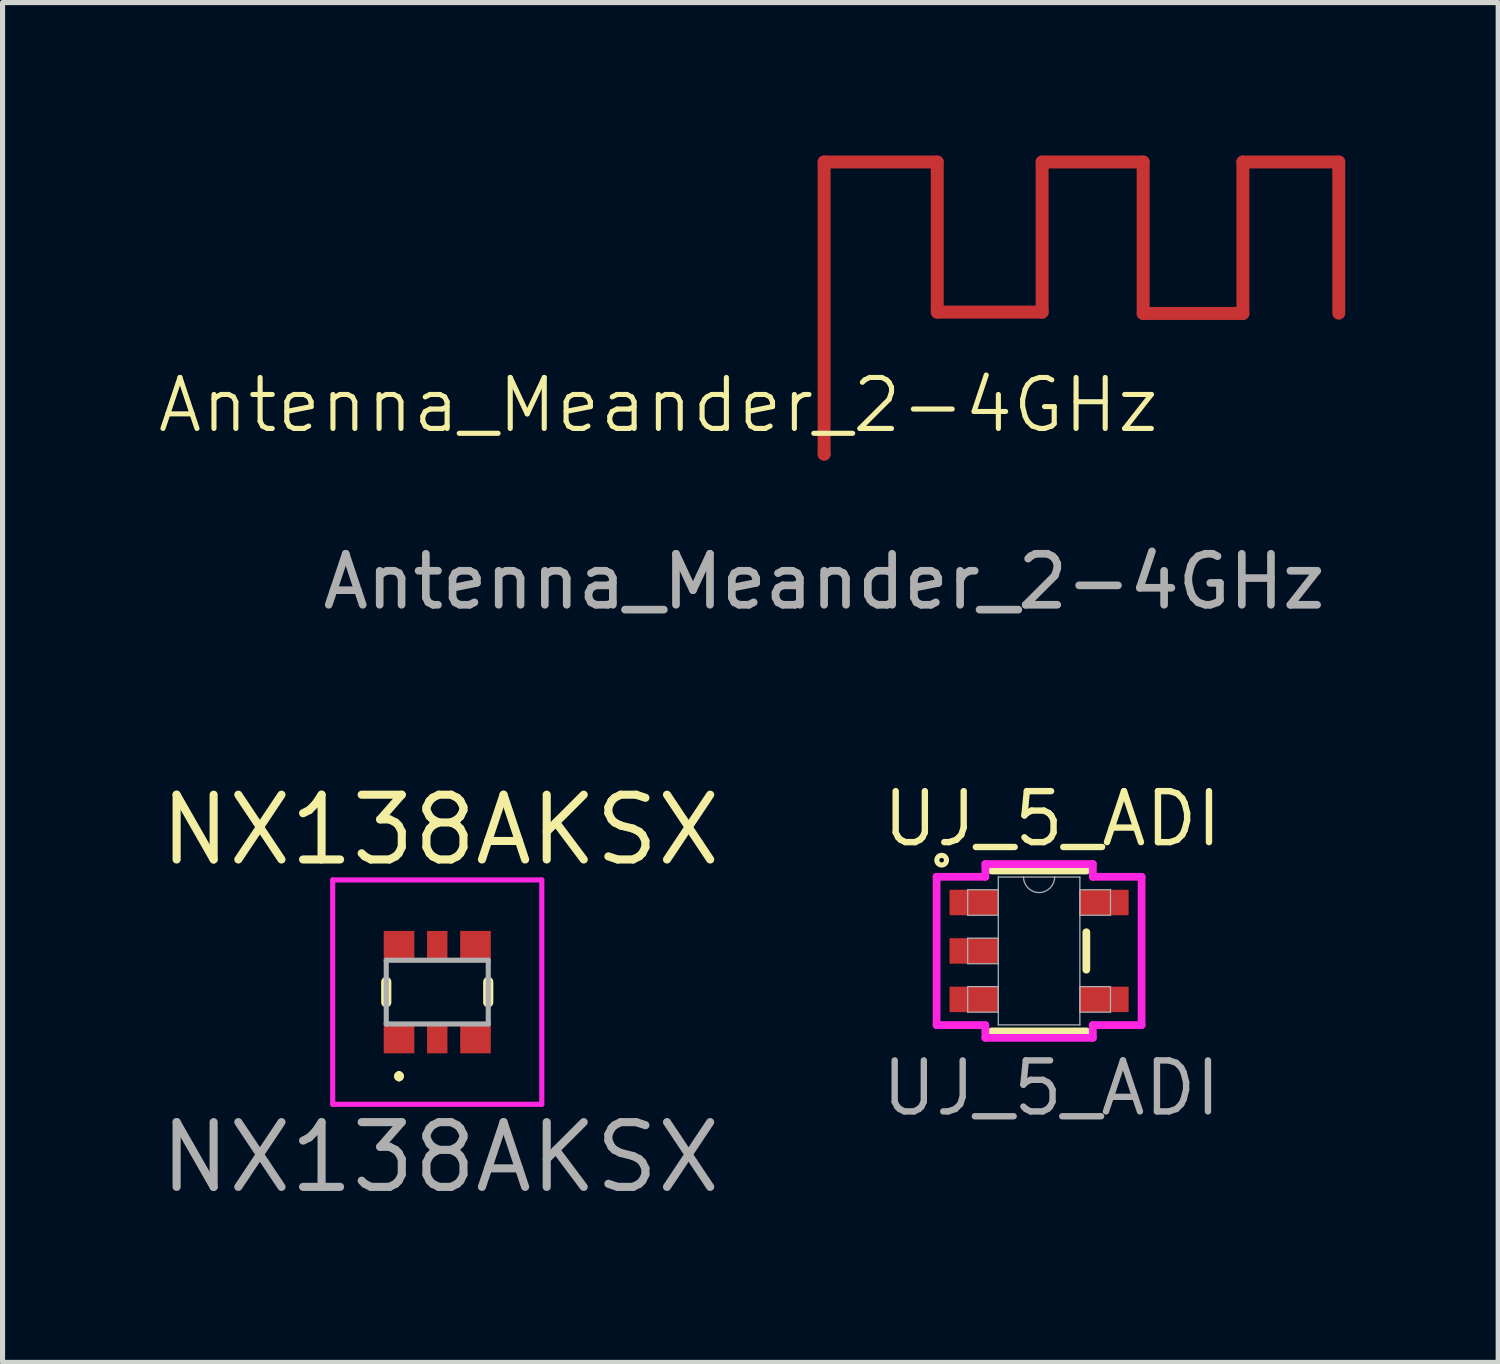
<source format=kicad_pcb>
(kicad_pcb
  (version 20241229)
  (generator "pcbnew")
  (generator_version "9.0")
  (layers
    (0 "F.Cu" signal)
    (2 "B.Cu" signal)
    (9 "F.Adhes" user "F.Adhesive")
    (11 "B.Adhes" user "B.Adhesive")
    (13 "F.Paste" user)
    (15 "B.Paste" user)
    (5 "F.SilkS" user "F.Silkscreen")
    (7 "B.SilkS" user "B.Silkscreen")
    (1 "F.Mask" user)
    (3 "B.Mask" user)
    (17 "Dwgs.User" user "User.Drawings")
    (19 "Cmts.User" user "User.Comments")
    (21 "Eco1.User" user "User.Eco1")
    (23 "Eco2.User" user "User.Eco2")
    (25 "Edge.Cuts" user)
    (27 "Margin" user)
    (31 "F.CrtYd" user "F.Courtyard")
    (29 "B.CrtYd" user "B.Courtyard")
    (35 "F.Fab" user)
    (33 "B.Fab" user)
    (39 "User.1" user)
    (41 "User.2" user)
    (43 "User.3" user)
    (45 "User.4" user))
  (footprint "UJ_5_ADI"
    (layer "F.Cu")
    (at 17.325 15.597)
    (property "Reference" "UJ_5_ADI" (at 0.26 -2.59 0) (unlocked yes) (layer "F.SilkS") (effects (font (size 1 1) (thickness 0.125))))
    (attr smd)
    (fp_line (start -0.927 1.577) (end 0.927 1.577) (stroke (width 0.152) (type solid)) (layer "F.SilkS"))
    (fp_line (start 0.927 -1.577) (end -0.927 -1.577) (stroke (width 0.152) (type solid)) (layer "F.SilkS"))
    (fp_line (start 0.927 0.367) (end 0.927 -0.367) (stroke (width 0.152) (type solid)) (layer "F.SilkS"))
    (fp_circle (center -1.91 -1.78) (end -1.87 -1.8) (stroke (width 0.1) (type default)) (fill no) (layer "F.SilkS"))
    (fp_line (start -2.01 -1.454) (end -1.054 -1.454) (stroke (width 0.152) (type solid)) (layer "F.CrtYd"))
    (fp_line (start -2.01 1.454) (end -2.01 -1.454) (stroke (width 0.152) (type solid)) (layer "F.CrtYd"))
    (fp_line (start -1.054 -1.704) (end 1.054 -1.704) (stroke (width 0.152) (type solid)) (layer "F.CrtYd"))
    (fp_line (start -1.054 -1.454) (end -1.054 -1.704) (stroke (width 0.152) (type solid)) (layer "F.CrtYd"))
    (fp_line (start -1.054 1.454) (end -2.01 1.454) (stroke (width 0.152) (type solid)) (layer "F.CrtYd"))
    (fp_line (start -1.054 1.704) (end -1.054 1.454) (stroke (width 0.152) (type solid)) (layer "F.CrtYd"))
    (fp_line (start 1.054 -1.704) (end 1.054 -1.454) (stroke (width 0.152) (type solid)) (layer "F.CrtYd"))
    (fp_line (start 1.054 -1.454) (end 2.01 -1.454) (stroke (width 0.152) (type solid)) (layer "F.CrtYd"))
    (fp_line (start 1.054 1.454) (end 1.054 1.704) (stroke (width 0.152) (type solid)) (layer "F.CrtYd"))
    (fp_line (start 1.054 1.704) (end -1.054 1.704) (stroke (width 0.152) (type solid)) (layer "F.CrtYd"))
    (fp_line (start 2.01 -1.454) (end 2.01 1.454) (stroke (width 0.152) (type solid)) (layer "F.CrtYd"))
    (fp_line (start 2.01 1.454) (end 1.054 1.454) (stroke (width 0.152) (type solid)) (layer "F.CrtYd"))
    (fp_line (start -1.4 -1.2) (end -1.4 -0.7) (stroke (width 0.025) (type solid)) (layer "F.Fab"))
    (fp_line (start -1.4 -0.7) (end -0.8 -0.7) (stroke (width 0.025) (type solid)) (layer "F.Fab"))
    (fp_line (start -1.4 -0.25) (end -1.4 0.25) (stroke (width 0.025) (type solid)) (layer "F.Fab"))
    (fp_line (start -1.4 0.25) (end -0.8 0.25) (stroke (width 0.025) (type solid)) (layer "F.Fab"))
    (fp_line (start -1.4 0.7) (end -1.4 1.2) (stroke (width 0.025) (type solid)) (layer "F.Fab"))
    (fp_line (start -1.4 1.2) (end -0.8 1.2) (stroke (width 0.025) (type solid)) (layer "F.Fab"))
    (fp_line (start -0.8 -1.45) (end -0.8 1.45) (stroke (width 0.025) (type solid)) (layer "F.Fab"))
    (fp_line (start -0.8 -1.2) (end -1.4 -1.2) (stroke (width 0.025) (type solid)) (layer "F.Fab"))
    (fp_line (start -0.8 -0.7) (end -0.8 -1.2) (stroke (width 0.025) (type solid)) (layer "F.Fab"))
    (fp_line (start -0.8 -0.25) (end -1.4 -0.25) (stroke (width 0.025) (type solid)) (layer "F.Fab"))
    (fp_line (start -0.8 0.25) (end -0.8 -0.25) (stroke (width 0.025) (type solid)) (layer "F.Fab"))
    (fp_line (start -0.8 0.7) (end -1.4 0.7) (stroke (width 0.025) (type solid)) (layer "F.Fab"))
    (fp_line (start -0.8 1.2) (end -0.8 0.7) (stroke (width 0.025) (type solid)) (layer "F.Fab"))
    (fp_line (start -0.8 1.45) (end 0.8 1.45) (stroke (width 0.025) (type solid)) (layer "F.Fab"))
    (fp_line (start 0.8 -1.45) (end -0.8 -1.45) (stroke (width 0.025) (type solid)) (layer "F.Fab"))
    (fp_line (start 0.8 -1.2) (end 0.8 -0.7) (stroke (width 0.025) (type solid)) (layer "F.Fab"))
    (fp_line (start 0.8 -0.7) (end 1.4 -0.7) (stroke (width 0.025) (type solid)) (layer "F.Fab"))
    (fp_line (start 0.8 0.7) (end 0.8 1.2) (stroke (width 0.025) (type solid)) (layer "F.Fab"))
    (fp_line (start 0.8 1.2) (end 1.4 1.2) (stroke (width 0.025) (type solid)) (layer "F.Fab"))
    (fp_line (start 0.8 1.45) (end 0.8 -1.45) (stroke (width 0.025) (type solid)) (layer "F.Fab"))
    (fp_line (start 1.4 -1.2) (end 0.8 -1.2) (stroke (width 0.025) (type solid)) (layer "F.Fab"))
    (fp_line (start 1.4 -0.7) (end 1.4 -1.2) (stroke (width 0.025) (type solid)) (layer "F.Fab"))
    (fp_line (start 1.4 0.7) (end 0.8 0.7) (stroke (width 0.025) (type solid)) (layer "F.Fab"))
    (fp_line (start 1.4 1.2) (end 1.4 0.7) (stroke (width 0.025) (type solid)) (layer "F.Fab"))
    (fp_arc (start 0.3048 -1.45) (mid 0 -1.1452) (end -0.3048 -1.45) (stroke (width 0.0254) (type solid)) (layer "F.Fab"))
    (fp_text user "${REFERENCE}" (at 0.24 2.69 0) (unlocked yes) (layer "F.Fab") (effects (font (size 1 1) (thickness 0.125))))
    (pad "1" smd rect (at -1.278 -0.95) (size 0.956 0.5) (layers "F.Cu" "F.Mask" "F.Paste"))
    (pad "2" smd rect (at -1.278 0) (size 0.956 0.5) (layers "F.Cu" "F.Mask" "F.Paste"))
    (pad "3" smd rect (at -1.278 0.95) (size 0.956 0.5) (layers "F.Cu" "F.Mask" "F.Paste"))
    (pad "4" smd rect (at 1.278 0.95) (size 0.956 0.5) (layers "F.Cu" "F.Mask" "F.Paste"))
    (pad "5" smd rect (at 1.278 -0.95) (size 0.956 0.5) (layers "F.Cu" "F.Mask" "F.Paste")))
  (footprint "Antenna_Meander_2-4GHz"
    (layer "F.Cu")
    (at 13.11 5.854)
    (property "Reference" "Antenna_Meander_2-4GHz" (at -3.25 -0.96 0) (unlocked yes) (layer "F.SilkS") (effects (font (size 1 1) (thickness 0.1))))
    (attr smd)
    (fp_line (start 0 -5.727) (end 2.218 -5.727) (stroke (width 0.254) (type solid)) (layer "F.Cu"))
    (fp_line (start 0 0) (end 0 -5.727) (stroke (width 0.254) (type solid)) (layer "F.Cu"))
    (fp_line (start 2.218 -2.784) (end 2.218 -5.727) (stroke (width 0.254) (type solid)) (layer "F.Cu"))
    (fp_line (start 2.218 -2.784) (end 4.275 -2.784) (stroke (width 0.254) (type solid)) (layer "F.Cu"))
    (fp_line (start 4.275 -5.727) (end 6.256 -5.727) (stroke (width 0.254) (type solid)) (layer "F.Cu"))
    (fp_line (start 4.275 -2.784) (end 4.275 -5.727) (stroke (width 0.254) (type solid)) (layer "F.Cu"))
    (fp_line (start 6.256 -2.758) (end 6.256 -5.727) (stroke (width 0.254) (type solid)) (layer "F.Cu"))
    (fp_line (start 6.256 -2.758) (end 8.212 -2.758) (stroke (width 0.254) (type solid)) (layer "F.Cu"))
    (fp_line (start 8.212 -5.727) (end 10.092 -5.727) (stroke (width 0.254) (type solid)) (layer "F.Cu"))
    (fp_line (start 8.212 -2.758) (end 8.212 -5.727) (stroke (width 0.254) (type solid)) (layer "F.Cu"))
    (fp_line (start 10.092 -2.763) (end 10.092 -5.727) (stroke (width 0.254) (type solid)) (layer "F.Cu"))
    (fp_text user "${REFERENCE}" (at 0 2.5 0) (unlocked yes) (layer "F.Fab") (effects (font (size 1 1) (thickness 0.15))))
    (pad "1" smd circle (at 0 0 270) (size 0.254 0.254) (layers "F.Cu" "F.Mask" "F.Paste")))
  (footprint "NX138AKSX"
    (layer "F.Cu")
    (at 5.524 16.404)
    (property "Reference" "NX138AKSX" (at 0.06 -3.18 0) (layer "F.SilkS") (effects (font (size 1.27 1.27) (thickness 0.159))))
    (attr smd)
    (fp_line (start -1 -0.2) (end -1 0.2) (stroke (width 0.2) (type solid)) (layer "F.SilkS"))
    (fp_line (start -0.75 1.6) (end -0.75 1.6) (stroke (width 0.1) (type solid)) (layer "F.SilkS"))
    (fp_line (start -0.75 1.7) (end -0.75 1.7) (stroke (width 0.1) (type solid)) (layer "F.SilkS"))
    (fp_line (start 1 -0.2) (end 1 0.2) (stroke (width 0.2) (type solid)) (layer "F.SilkS"))
    (fp_arc (start -0.75 1.6) (mid -0.7 1.65) (end -0.75 1.7) (stroke (width 0.1) (type solid)) (layer "F.SilkS"))
    (fp_arc (start -0.75 1.7) (mid -0.8 1.65) (end -0.75 1.6) (stroke (width 0.1) (type solid)) (layer "F.SilkS"))
    (fp_line (start -2.05 -2.2) (end 2.05 -2.2) (stroke (width 0.1) (type solid)) (layer "F.CrtYd"))
    (fp_line (start -2.05 2.2) (end -2.05 -2.2) (stroke (width 0.1) (type solid)) (layer "F.CrtYd"))
    (fp_line (start 2.05 -2.2) (end 2.05 2.2) (stroke (width 0.1) (type solid)) (layer "F.CrtYd"))
    (fp_line (start 2.05 2.2) (end -2.05 2.2) (stroke (width 0.1) (type solid)) (layer "F.CrtYd"))
    (fp_line (start -1 -0.625) (end -1 0.625) (stroke (width 0.1) (type solid)) (layer "F.Fab"))
    (fp_line (start -1 0.625) (end 1 0.625) (stroke (width 0.1) (type solid)) (layer "F.Fab"))
    (fp_line (start 1 -0.625) (end -1 -0.625) (stroke (width 0.1) (type solid)) (layer "F.Fab"))
    (fp_line (start 1 0.625) (end 1 -0.625) (stroke (width 0.1) (type solid)) (layer "F.Fab"))
    (fp_text user "${REFERENCE}" (at 0.06 3.24 0) (layer "F.Fab") (effects (font (size 1.27 1.27) (thickness 0.159))))
    (pad "1" smd rect (at -0.75 0.9 90) (size 0.6 0.6) (layers "F.Cu" "F.Mask" "F.Paste"))
    (pad "2" smd rect (at 0 0.9) (size 0.4 0.6) (layers "F.Cu" "F.Mask" "F.Paste"))
    (pad "3" smd rect (at 0.75 0.9 90) (size 0.6 0.6) (layers "F.Cu" "F.Mask" "F.Paste"))
    (pad "4" smd rect (at 0.75 -0.9 90) (size 0.6 0.6) (layers "F.Cu" "F.Mask" "F.Paste"))
    (pad "5" smd rect (at 0 -0.9) (size 0.4 0.6) (layers "F.Cu" "F.Mask" "F.Paste"))
    (pad "6" smd rect (at -0.75 -0.9 90) (size 0.6 0.6) (layers "F.Cu" "F.Mask" "F.Paste")))
  (gr_rect
    (start -3 -3)
    (end 26.328 23.666)
    (stroke (width 0.1) (type default))
    (fill no)
    (layer "Edge.Cuts")))
</source>
